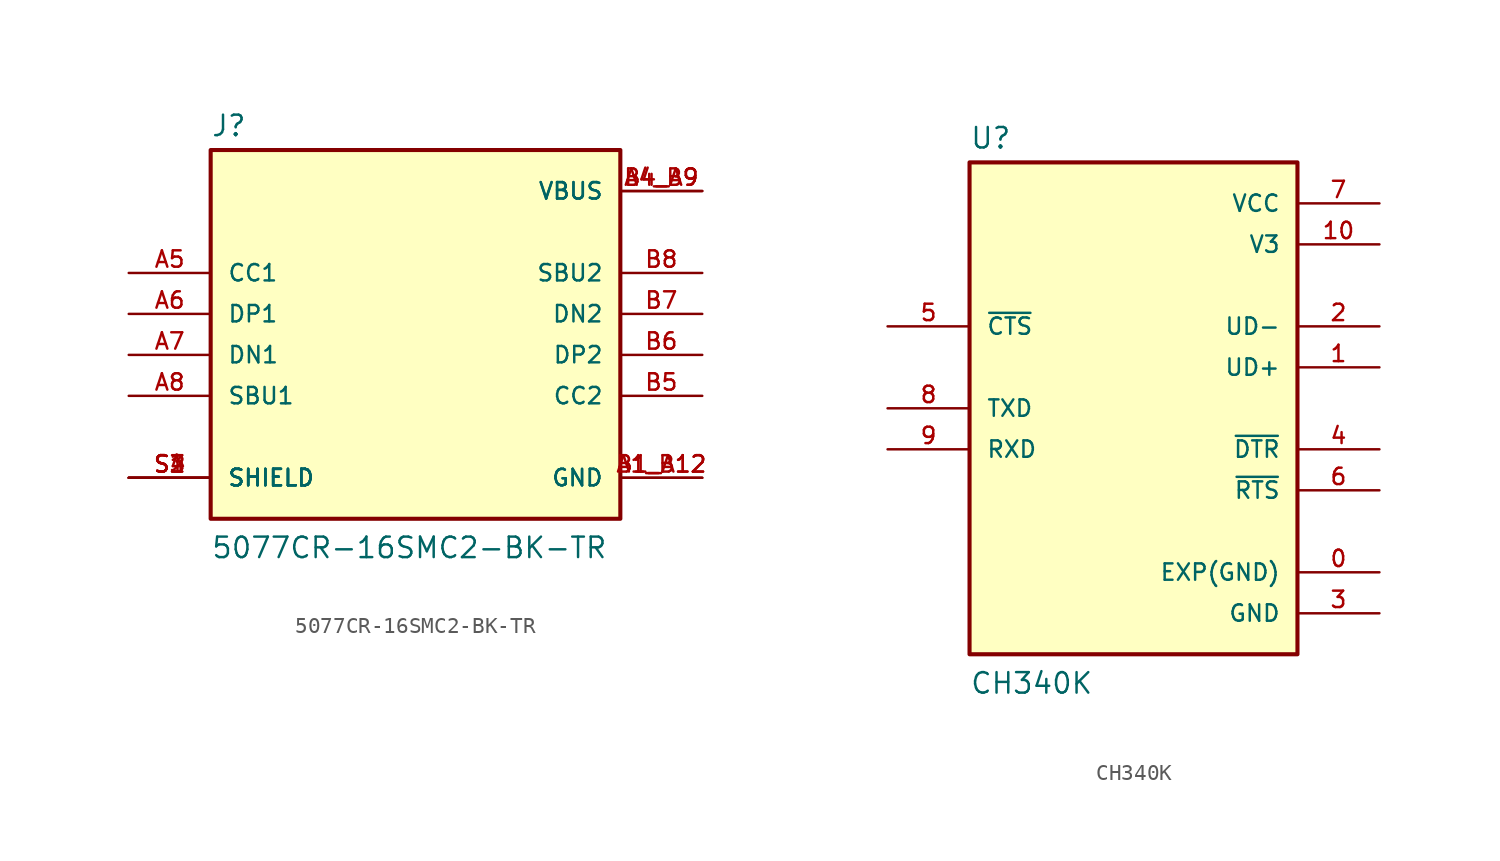
<source format=kicad_sym>
(kicad_symbol_lib
  (version 20231120)
  (generator "kicad_symbol_editor")
  (generator_version "8.0")
  (symbol "5077CR-16SMC2-BK-TR"
    (pin_names
      (offset 1.016))
    (property "Reference" "J"
      (at -12.7 10.922 0)
      (effects (font (size 1.27 1.27)) (justify left bottom)))
    (property "Value" "5077CR-16SMC2-BK-TR"
      (at -12.7 -15.24 0)
      (effects (font (size 1.27 1.27)) (justify left bottom)))
    (symbol "5077CR-16SMC2-BK-TR_0_0"
      (rectangle (start -12.7 -12.7) (end 12.7 10.16) (stroke (width 0.254) (type default)) (fill (type background)))
      (pin power_in line (at 17.78 -10.16 180) (length 5.08) (name "GND" (effects (font (size 1.016 1.016)))) (number "A1_B12" (effects (font (size 1.016 1.016)))))
      (pin power_in line (at 17.78 7.62 180) (length 5.08) (name "VBUS" (effects (font (size 1.016 1.016)))) (number "A4_B9" (effects (font (size 1.016 1.016)))))
      (pin passive line (at -17.78 2.54 0) (length 5.08) (name "CC1" (effects (font (size 1.016 1.016)))) (number "A5" (effects (font (size 1.016 1.016)))))
      (pin passive line (at -17.78 0 0) (length 5.08) (name "DP1" (effects (font (size 1.016 1.016)))) (number "A6" (effects (font (size 1.016 1.016)))))
      (pin passive line (at -17.78 -2.54 0) (length 5.08) (name "DN1" (effects (font (size 1.016 1.016)))) (number "A7" (effects (font (size 1.016 1.016)))))
      (pin passive line (at -17.78 -5.08 0) (length 5.08) (name "SBU1" (effects (font (size 1.016 1.016)))) (number "A8" (effects (font (size 1.016 1.016)))))
      (pin power_in line (at 17.78 -10.16 180) (length 5.08) (name "GND" (effects (font (size 1.016 1.016)))) (number "B1_A12" (effects (font (size 1.016 1.016)))))
      (pin power_in line (at 17.78 7.62 180) (length 5.08) (name "VBUS" (effects (font (size 1.016 1.016)))) (number "B4_A9" (effects (font (size 1.016 1.016)))))
      (pin passive line (at 17.78 -5.08 180) (length 5.08) (name "CC2" (effects (font (size 1.016 1.016)))) (number "B5" (effects (font (size 1.016 1.016)))))
      (pin passive line (at 17.78 -2.54 180) (length 5.08) (name "DP2" (effects (font (size 1.016 1.016)))) (number "B6" (effects (font (size 1.016 1.016)))))
      (pin passive line (at 17.78 0 180) (length 5.08) (name "DN2" (effects (font (size 1.016 1.016)))) (number "B7" (effects (font (size 1.016 1.016)))))
      (pin passive line (at 17.78 2.54 180) (length 5.08) (name "SBU2" (effects (font (size 1.016 1.016)))) (number "B8" (effects (font (size 1.016 1.016)))))
      (pin passive line (at -17.78 -10.16 0) (length 5.08) (name "SHIELD" (effects (font (size 1.016 1.016)))) (number "S1" (effects (font (size 1.016 1.016)))))
      (pin passive line (at -17.78 -10.16 0) (length 5.08) (name "SHIELD" (effects (font (size 1.016 1.016)))) (number "S2" (effects (font (size 1.016 1.016)))))
      (pin passive line (at -17.78 -10.16 0) (length 5.08) (name "SHIELD" (effects (font (size 1.016 1.016)))) (number "S3" (effects (font (size 1.016 1.016)))))
      (pin passive line (at -17.78 -10.16 0) (length 5.08) (name "SHIELD" (effects (font (size 1.016 1.016)))) (number "S4" (effects (font (size 1.016 1.016)))))))
  (symbol "CH340K"
    (pin_names
      (offset 1.016))
    (property "Reference" "U"
      (at -10.16 16.002 0)
      (effects (font (size 1.27 1.27)) (justify left bottom)))
    (property "Value" "CH340K"
      (at -10.16 -17.78 0)
      (effects (font (size 1.27 1.27)) (justify left bottom)))
    (symbol "CH340K_0_0"
      (rectangle (start -10.16 -15.24) (end 10.16 15.24) (stroke (width 0.254) (type default)) (fill (type background)))
      (pin power_in line (at 15.24 -10.16 180) (length 5.08) (name "EXP(GND)" (effects (font (size 1.016 1.016)))) (number "0" (effects (font (size 1.016 1.016)))))
      (pin bidirectional line (at 15.24 2.54 180) (length 5.08) (name "UD+" (effects (font (size 1.016 1.016)))) (number "1" (effects (font (size 1.016 1.016)))))
      (pin power_in line (at 15.24 10.16 180) (length 5.08) (name "V3" (effects (font (size 1.016 1.016)))) (number "10" (effects (font (size 1.016 1.016)))))
      (pin bidirectional line (at 15.24 5.08 180) (length 5.08) (name "UD-" (effects (font (size 1.016 1.016)))) (number "2" (effects (font (size 1.016 1.016)))))
      (pin power_in line (at 15.24 -12.7 180) (length 5.08) (name "GND" (effects (font (size 1.016 1.016)))) (number "3" (effects (font (size 1.016 1.016)))))
      (pin output line (at 15.24 -2.54 180) (length 5.08) (name "~{DTR}" (effects (font (size 1.016 1.016)))) (number "4" (effects (font (size 1.016 1.016)))))
      (pin input line (at -15.24 5.08 0) (length 5.08) (name "~{CTS}" (effects (font (size 1.016 1.016)))) (number "5" (effects (font (size 1.016 1.016)))))
      (pin output line (at 15.24 -5.08 180) (length 5.08) (name "~{RTS}" (effects (font (size 1.016 1.016)))) (number "6" (effects (font (size 1.016 1.016)))))
      (pin power_in line (at 15.24 12.7 180) (length 5.08) (name "VCC" (effects (font (size 1.016 1.016)))) (number "7" (effects (font (size 1.016 1.016)))))
      (pin output line (at -15.24 0 0) (length 5.08) (name "TXD" (effects (font (size 1.016 1.016)))) (number "8" (effects (font (size 1.016 1.016)))))
      (pin input line (at -15.24 -2.54 0) (length 5.08) (name "RXD" (effects (font (size 1.016 1.016)))) (number "9" (effects (font (size 1.016 1.016))))))))
</source>
